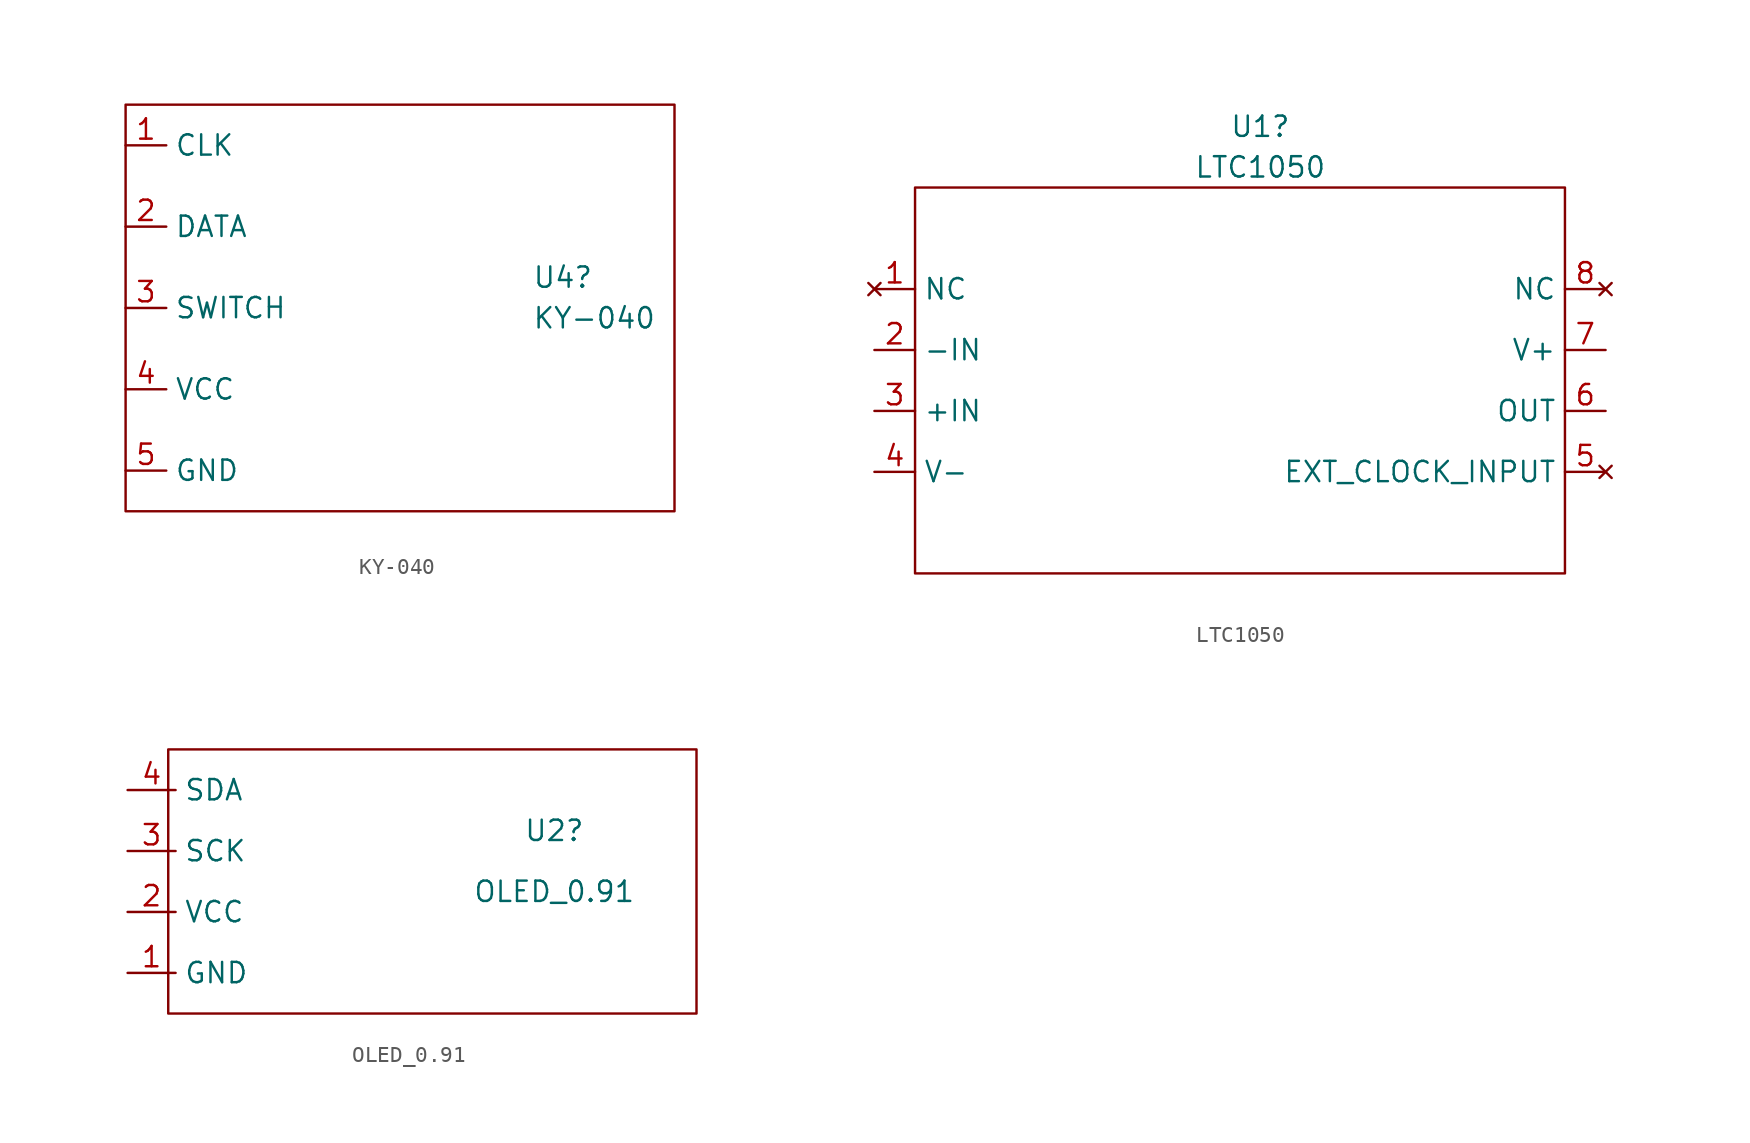
<source format=kicad_sym>
(kicad_symbol_lib
  (version 20211014)
  (generator kicad_symbol_editor)
  (symbol "KY-040"
    (property "Reference" "U4"
      (at 19.05 -0.635 0)
      (effects (font (size 1.27 1.27)) (justify left)))
    (property "Value" "KY-040"
      (at 19.05 -3.175 0)
      (effects (font (size 1.27 1.27)) (justify left)))
    (symbol "KY-040_0_1"
      (rectangle (start -6.35 10.16) (end 27.94 -15.24) (stroke (width 0) (type default) (color 0 0 0 0)) (fill (type none))))
    (symbol "KY-040_1_1"
      (pin input line (at -6.35 7.62 0) (length 2.54) (name "CLK" (effects (font (size 1.27 1.27)))) (number "1" (effects (font (size 1.27 1.27)))))
      (pin input line (at -6.35 2.54 0) (length 2.54) (name "DATA" (effects (font (size 1.27 1.27)))) (number "2" (effects (font (size 1.27 1.27)))))
      (pin input line (at -6.35 -2.54 0) (length 2.54) (name "SWITCH" (effects (font (size 1.27 1.27)))) (number "3" (effects (font (size 1.27 1.27)))))
      (pin input line (at -6.35 -7.62 0) (length 2.54) (name "VCC" (effects (font (size 1.27 1.27)))) (number "4" (effects (font (size 1.27 1.27)))))
      (pin input line (at -6.35 -12.7 0) (length 2.54) (name "GND" (effects (font (size 1.27 1.27)))) (number "5" (effects (font (size 1.27 1.27)))))))
  (symbol "LTC1050"
    (property "Reference" "U1"
      (at 17.78 5.08 0)
      (effects (font (size 1.27 1.27))))
    (property "Value" "LTC1050"
      (at 17.78 2.54 0)
      (effects (font (size 1.27 1.27))))
    (symbol "LTC1050_0_1"
      (rectangle (start -3.81 1.27) (end 36.83 -22.86) (stroke (width 0) (type default) (color 0 0 0 0)) (fill (type none))))
    (symbol "LTC1050_1_1"
      (pin no_connect line (at -6.35 -5.08 0) (length 2.54) (name "NC" (effects (font (size 1.27 1.27)))) (number "1" (effects (font (size 1.27 1.27)))))
      (pin input line (at -6.35 -8.89 0) (length 2.54) (name "-IN" (effects (font (size 1.27 1.27)))) (number "2" (effects (font (size 1.27 1.27)))))
      (pin input line (at -6.35 -12.7 0) (length 2.54) (name "+IN" (effects (font (size 1.27 1.27)))) (number "3" (effects (font (size 1.27 1.27)))))
      (pin input line (at -6.35 -16.51 0) (length 2.54) (name "V-" (effects (font (size 1.27 1.27)))) (number "4" (effects (font (size 1.27 1.27)))))
      (pin no_connect line (at 39.37 -16.51 180) (length 2.54) (name "EXT_CLOCK_INPUT" (effects (font (size 1.27 1.27)))) (number "5" (effects (font (size 1.27 1.27)))))
      (pin output line (at 39.37 -12.7 180) (length 2.54) (name "OUT" (effects (font (size 1.27 1.27)))) (number "6" (effects (font (size 1.27 1.27)))))
      (pin input line (at 39.37 -8.89 180) (length 2.54) (name "V+" (effects (font (size 1.27 1.27)))) (number "7" (effects (font (size 1.27 1.27)))))
      (pin no_connect line (at 39.37 -5.08 180) (length 2.54) (name "NC" (effects (font (size 1.27 1.27)))) (number "8" (effects (font (size 1.27 1.27)))))))
  (symbol "OLED_0.91"
    (property "Reference" "U2"
      (at 7.62 -7.62 0)
      (effects (font (size 1.27 1.27))))
    (property "Value" "OLED_0.91"
      (at 7.62 -11.43 0)
      (effects (font (size 1.27 1.27))))
    (symbol "OLED_0.91_0_1"
      (rectangle (start 16.51 -19.05) (end -16.51 -2.54) (stroke (width 0) (type default) (color 0 0 0 0)) (fill (type none))))
    (symbol "OLED_0.91_1_1"
      (pin input line (at -19.05 -16.51 0) (length 3) (name "GND" (effects (font (size 1.27 1.27)))) (number "1" (effects (font (size 1.27 1.27)))))
      (pin input line (at -19.05 -12.7 0) (length 3) (name "VCC" (effects (font (size 1.27 1.27)))) (number "2" (effects (font (size 1.27 1.27)))))
      (pin input line (at -19.05 -8.89 0) (length 3) (name "SCK" (effects (font (size 1.27 1.27)))) (number "3" (effects (font (size 1.27 1.27)))))
      (pin input line (at -19.05 -5.08 0) (length 3) (name "SDA" (effects (font (size 1.27 1.27)))) (number "4" (effects (font (size 1.27 1.27))))))))
</source>
